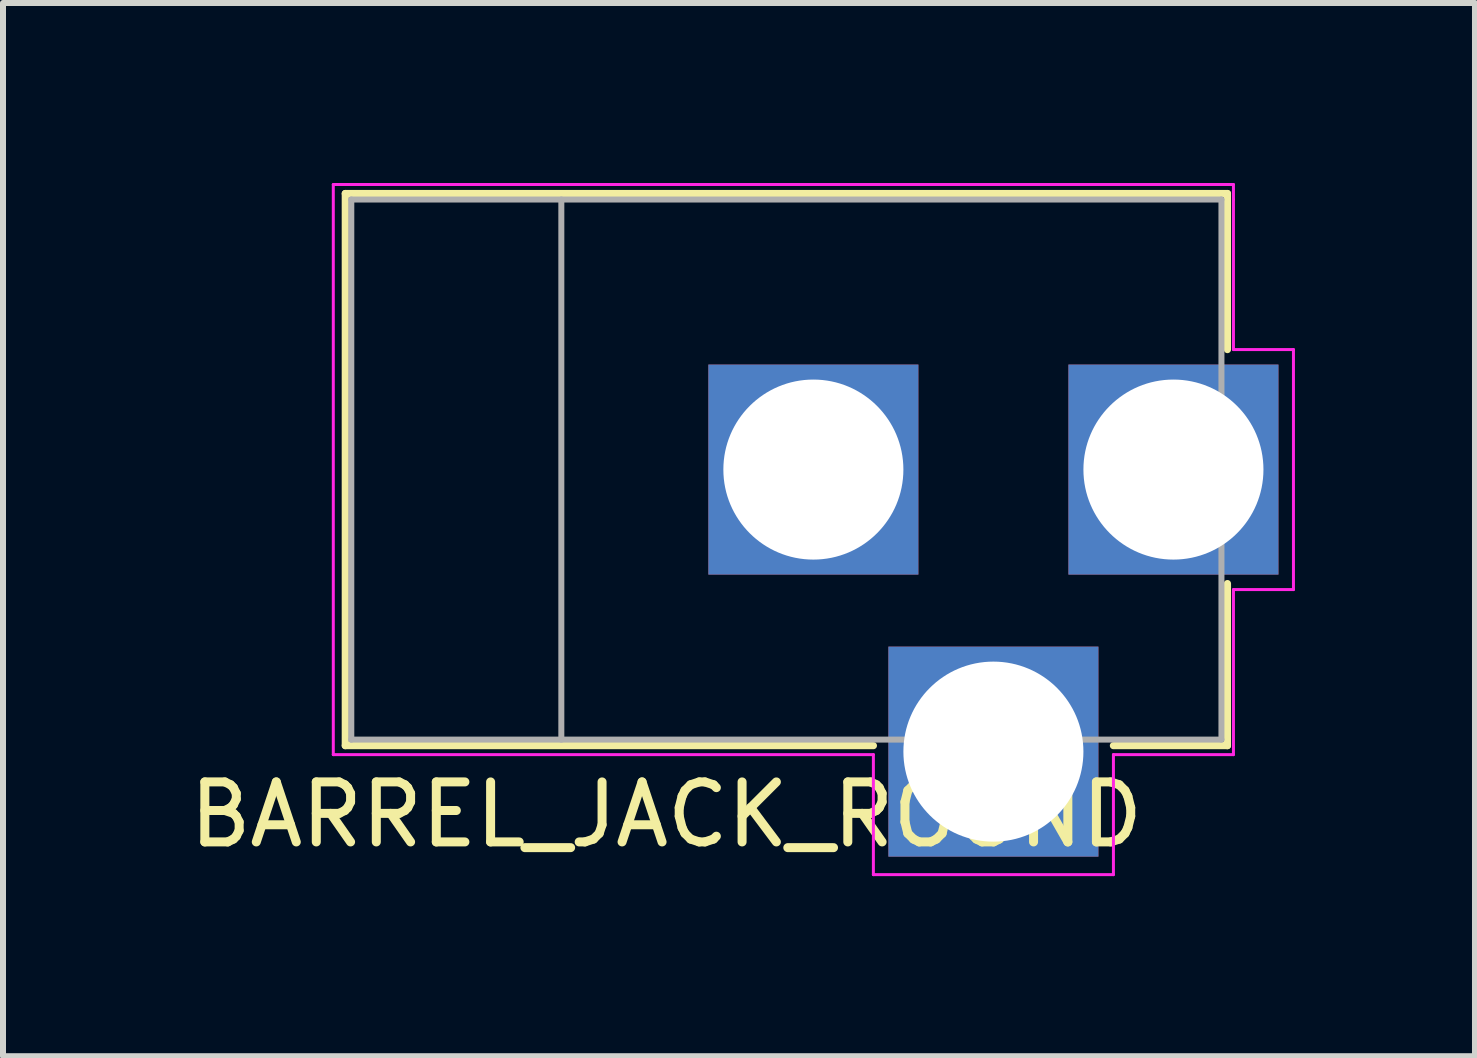
<source format=kicad_pcb>
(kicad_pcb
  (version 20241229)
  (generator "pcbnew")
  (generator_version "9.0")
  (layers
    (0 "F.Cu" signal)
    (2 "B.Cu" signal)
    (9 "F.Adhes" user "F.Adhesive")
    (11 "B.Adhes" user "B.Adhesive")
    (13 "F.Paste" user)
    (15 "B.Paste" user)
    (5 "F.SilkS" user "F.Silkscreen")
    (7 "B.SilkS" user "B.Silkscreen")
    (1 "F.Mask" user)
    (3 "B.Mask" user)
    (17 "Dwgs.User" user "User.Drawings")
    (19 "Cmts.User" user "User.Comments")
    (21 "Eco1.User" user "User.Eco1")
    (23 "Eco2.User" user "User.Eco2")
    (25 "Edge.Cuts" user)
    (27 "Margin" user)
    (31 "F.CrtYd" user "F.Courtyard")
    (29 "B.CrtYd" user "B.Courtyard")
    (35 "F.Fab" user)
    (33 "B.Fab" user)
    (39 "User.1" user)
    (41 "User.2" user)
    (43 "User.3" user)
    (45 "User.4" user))
  (footprint "BARREL_JACK_ROUND"
    (layer "F.Cu")
    (at 16.504 4.775)
    (property "Reference" "BARREL_JACK_ROUND" (at -8.45 5.75 180) (layer "F.SilkS") (effects (font (size 1 1) (thickness 0.15))))
    (attr through_hole)
    (fp_line (start -13.8 -4.6) (end 0.9 -4.6) (stroke (width 0.12) (type solid)) (layer "F.SilkS"))
    (fp_line (start -13.8 4.6) (end -13.8 -4.6) (stroke (width 0.12) (type solid)) (layer "F.SilkS"))
    (fp_line (start -5 4.6) (end -13.8 4.6) (stroke (width 0.12) (type solid)) (layer "F.SilkS"))
    (fp_line (start 0.9 -4.6) (end 0.9 -2) (stroke (width 0.12) (type solid)) (layer "F.SilkS"))
    (fp_line (start 0.9 1.9) (end 0.9 4.6) (stroke (width 0.12) (type solid)) (layer "F.SilkS"))
    (fp_line (start 0.9 4.6) (end -1 4.6) (stroke (width 0.12) (type solid)) (layer "F.SilkS"))
    (fp_line (start -14 4.75) (end -14 -4.75) (stroke (width 0.05) (type solid)) (layer "F.CrtYd"))
    (fp_line (start -5 4.75) (end -14 4.75) (stroke (width 0.05) (type solid)) (layer "F.CrtYd"))
    (fp_line (start -5 6.75) (end -5 4.75) (stroke (width 0.05) (type solid)) (layer "F.CrtYd"))
    (fp_line (start -1 4.75) (end -1 6.75) (stroke (width 0.05) (type solid)) (layer "F.CrtYd"))
    (fp_line (start -1 6.75) (end -5 6.75) (stroke (width 0.05) (type solid)) (layer "F.CrtYd"))
    (fp_line (start 1 -4.75) (end -14 -4.75) (stroke (width 0.05) (type solid)) (layer "F.CrtYd"))
    (fp_line (start 1 -4.5) (end 1 -4.75) (stroke (width 0.05) (type solid)) (layer "F.CrtYd"))
    (fp_line (start 1 -4.5) (end 1 -2) (stroke (width 0.05) (type solid)) (layer "F.CrtYd"))
    (fp_line (start 1 -2) (end 2 -2) (stroke (width 0.05) (type solid)) (layer "F.CrtYd"))
    (fp_line (start 1 2) (end 1 4.75) (stroke (width 0.05) (type solid)) (layer "F.CrtYd"))
    (fp_line (start 1 4.75) (end -1 4.75) (stroke (width 0.05) (type solid)) (layer "F.CrtYd"))
    (fp_line (start 2 -2) (end 2 2) (stroke (width 0.05) (type solid)) (layer "F.CrtYd"))
    (fp_line (start 2 2) (end 1 2) (stroke (width 0.05) (type solid)) (layer "F.CrtYd"))
    (fp_line (start -13.7 -4.5) (end -13.7 4.5) (stroke (width 0.1) (type solid)) (layer "F.Fab"))
    (fp_line (start -13.7 4.5) (end 0.8 4.5) (stroke (width 0.1) (type solid)) (layer "F.Fab"))
    (fp_line (start -10.2 -4.5) (end -10.2 4.5) (stroke (width 0.1) (type solid)) (layer "F.Fab"))
    (fp_line (start 0.8 -4.5) (end -13.7 -4.5) (stroke (width 0.1) (type solid)) (layer "F.Fab"))
    (fp_line (start 0.8 4.5) (end 0.8 -4.5) (stroke (width 0.1) (type solid)) (layer "F.Fab"))
    (pad "1" thru_hole rect (at 0 0) (size 3.5 3.5) (drill 3) (layers "*.Cu" "*.Mask"))
    (pad "2" thru_hole rect (at -6 0) (size 3.5 3.5) (drill 3) (layers "*.Cu" "*.Mask"))
    (pad "3" thru_hole rect (at -3 4.7) (size 3.5 3.5) (drill 3) (layers "*.Cu" "*.Mask")))
  (gr_rect
    (start -3 -3)
    (end 21.529 14.55)
    (stroke (width 0.1) (type default))
    (fill no)
    (layer "Edge.Cuts")))
</source>
